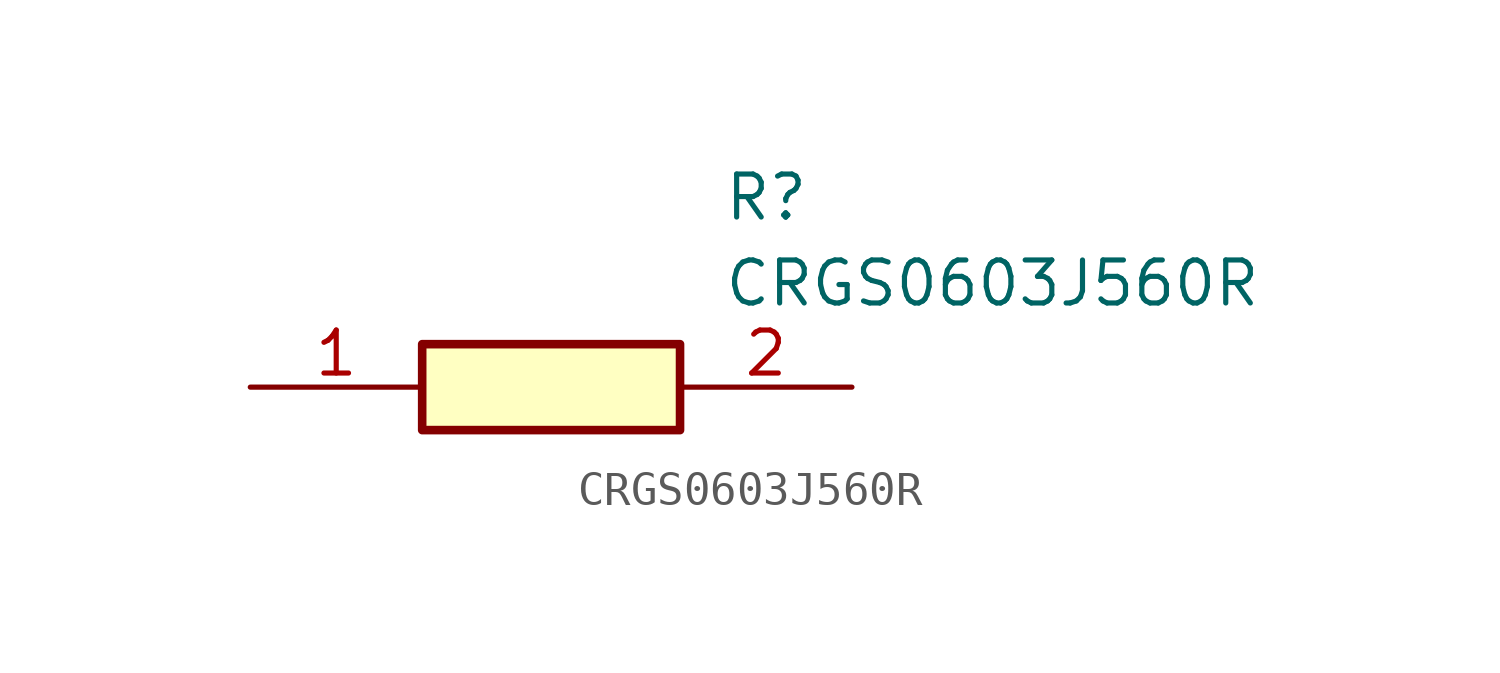
<source format=kicad_sym>
(kicad_symbol_lib
  (version 20211014)
  (generator SamacSys_ECAD_Model)
  (symbol "CRGS0603J560R"
    (pin_names hide)
    (property "Reference" "R"
      (at 13.97 6.35 0)
      (effects (font (size 1.27 1.27)) (justify left top)))
    (property "Value" "CRGS0603J560R"
      (at 13.97 3.81 0)
      (effects (font (size 1.27 1.27)) (justify left top)))
    (rectangle
      (start 5.08 1.27)
      (end 12.7 -1.27)
      (stroke (width 0.254) (type default))
      (fill (type background)))
    (pin passive line
      (at 0 0 0)
      (length 5.08)
      (name "1" (effects (font (size 1.27 1.27))))
      (number "1" (effects (font (size 1.27 1.27)))))
    (pin passive line
      (at 17.78 0 180)
      (length 5.08)
      (name "2" (effects (font (size 1.27 1.27))))
      (number "2" (effects (font (size 1.27 1.27)))))))
</source>
